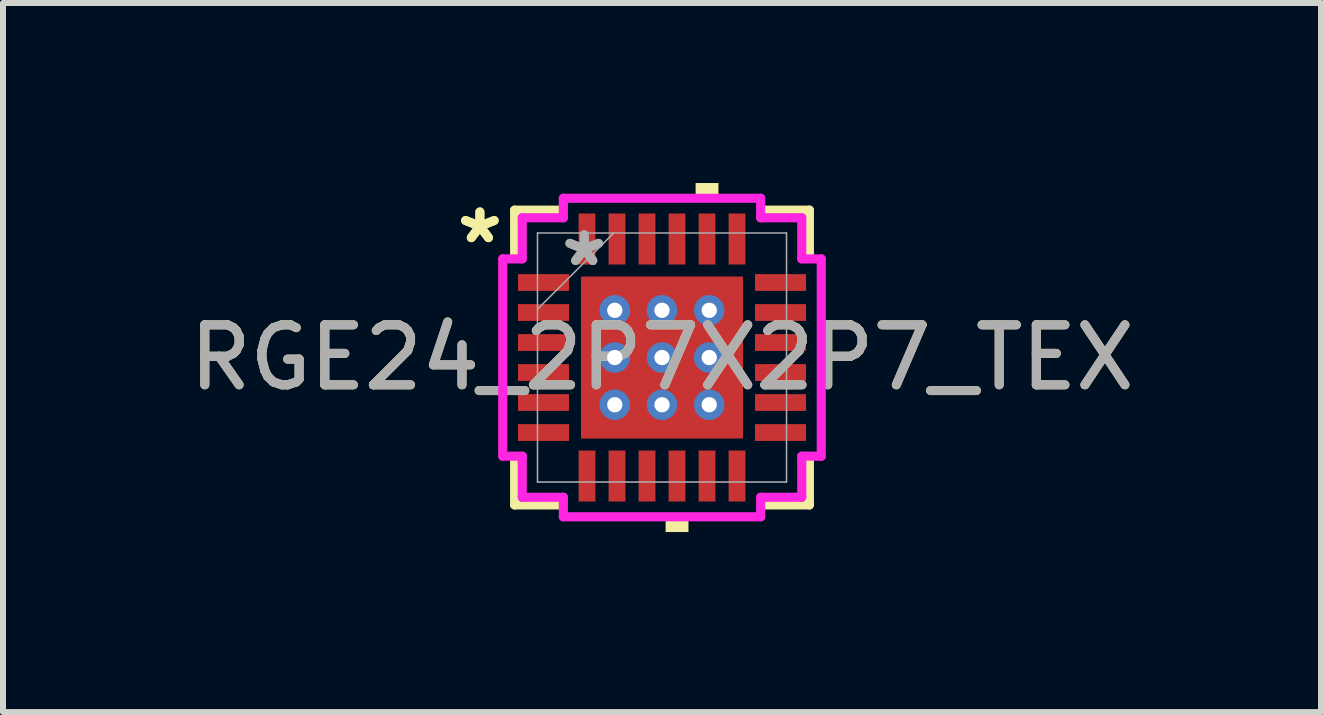
<source format=kicad_pcb>
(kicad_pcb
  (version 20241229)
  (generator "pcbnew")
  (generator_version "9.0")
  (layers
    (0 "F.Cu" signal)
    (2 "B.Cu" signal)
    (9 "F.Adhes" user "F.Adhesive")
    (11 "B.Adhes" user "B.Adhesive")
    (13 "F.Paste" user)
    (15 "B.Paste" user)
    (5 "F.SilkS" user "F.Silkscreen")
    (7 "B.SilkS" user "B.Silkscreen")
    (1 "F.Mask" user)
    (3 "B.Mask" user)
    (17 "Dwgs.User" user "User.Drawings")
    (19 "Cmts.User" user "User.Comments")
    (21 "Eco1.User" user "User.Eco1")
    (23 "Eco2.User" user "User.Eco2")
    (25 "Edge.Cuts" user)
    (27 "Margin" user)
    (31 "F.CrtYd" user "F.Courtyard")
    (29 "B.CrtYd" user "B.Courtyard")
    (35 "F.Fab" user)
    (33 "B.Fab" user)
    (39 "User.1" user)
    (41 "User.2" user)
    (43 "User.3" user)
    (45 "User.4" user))
  (footprint "RGE24_2P7X2P7_TEX"
    (layer "F.Cu")
    (at 7.982 2.908)
    (property "Reference" "RGE24_2P7X2P7_TEX" (at 0 0 0) (unlocked yes) (layer "F.SilkS") (effects (font (size 1 1) (thickness 0.15))))
    (attr smd)
    (fp_poly (pts (xy -1.413 -1.413) (xy -0.987 -1.413) (xy -0.987 1.413) (xy -1.413 1.413)) (stroke (width 0) (type solid)) (fill yes) (layer "F.Mask"))
    (fp_poly (pts (xy -1.413 -1.413) (xy 1.413 -1.413) (xy 1.413 -0.987) (xy -1.413 -0.987)) (stroke (width 0) (type solid)) (fill yes) (layer "F.Mask"))
    (fp_poly (pts (xy -1.413 -0.587) (xy 1.413 -0.587) (xy 1.413 -0.2) (xy -1.413 -0.2)) (stroke (width 0) (type solid)) (fill yes) (layer "F.Mask"))
    (fp_poly (pts (xy -1.413 0.2) (xy 1.413 0.2) (xy 1.413 0.587) (xy -1.413 0.587)) (stroke (width 0) (type solid)) (fill yes) (layer "F.Mask"))
    (fp_poly (pts (xy -1.413 0.987) (xy 1.413 0.987) (xy 1.413 1.413) (xy -1.413 1.413)) (stroke (width 0) (type solid)) (fill yes) (layer "F.Mask"))
    (fp_poly (pts (xy -0.2 -1.413) (xy -0.587 -1.413) (xy -0.587 1.413) (xy -0.2 1.413)) (stroke (width 0) (type solid)) (fill yes) (layer "F.Mask"))
    (fp_poly (pts (xy 0.587 -1.413) (xy 0.2 -1.413) (xy 0.2 1.413) (xy 0.587 1.413)) (stroke (width 0) (type solid)) (fill yes) (layer "F.Mask"))
    (fp_poly (pts (xy 0.987 -1.413) (xy 1.413 -1.413) (xy 1.413 1.413) (xy 0.987 1.413)) (stroke (width 0) (type solid)) (fill yes) (layer "F.Mask"))
    (fp_line (start -2.456 -2.456) (end -2.456 -1.718) (stroke (width 0.152) (type solid)) (layer "F.SilkS"))
    (fp_line (start -2.456 1.718) (end -2.456 2.456) (stroke (width 0.152) (type solid)) (layer "F.SilkS"))
    (fp_line (start -2.456 2.456) (end -1.718 2.456) (stroke (width 0.152) (type solid)) (layer "F.SilkS"))
    (fp_line (start -1.718 -2.456) (end -2.456 -2.456) (stroke (width 0.152) (type solid)) (layer "F.SilkS"))
    (fp_line (start 1.718 2.456) (end 2.456 2.456) (stroke (width 0.152) (type solid)) (layer "F.SilkS"))
    (fp_line (start 2.456 -2.456) (end 1.718 -2.456) (stroke (width 0.152) (type solid)) (layer "F.SilkS"))
    (fp_line (start 2.456 -1.718) (end 2.456 -2.456) (stroke (width 0.152) (type solid)) (layer "F.SilkS"))
    (fp_line (start 2.456 2.456) (end 2.456 1.718) (stroke (width 0.152) (type solid)) (layer "F.SilkS"))
    (fp_poly (pts (xy 0.06 2.654) (xy 0.06 2.908) (xy 0.441 2.908) (xy 0.441 2.654)) (stroke (width 0) (type solid)) (fill yes) (layer "F.SilkS"))
    (fp_poly (pts (xy 0.56 -2.654) (xy 0.56 -2.908) (xy 0.941 -2.908) (xy 0.941 -2.654)) (stroke (width 0) (type solid)) (fill yes) (layer "F.SilkS"))
    (fp_poly (pts (xy -1.275 -1.275) (xy -1.275 -0.887) (xy -1.029 -0.887) (xy -0.887 -1.029) (xy -0.887 -1.275)) (stroke (width 0) (type solid)) (fill yes) (layer "F.Paste"))
    (fp_poly (pts (xy -1.275 0.887) (xy -1.275 1.275) (xy -0.887 1.275) (xy -0.887 1.029) (xy -1.029 0.887)) (stroke (width 0) (type solid)) (fill yes) (layer "F.Paste"))
    (fp_poly (pts (xy 0.887 -1.275) (xy 0.887 -1.029) (xy 1.029 -0.887) (xy 1.275 -0.887) (xy 1.275 -1.275)) (stroke (width 0) (type solid)) (fill yes) (layer "F.Paste"))
    (fp_poly (pts (xy 1.029 0.887) (xy 0.887 1.029) (xy 0.887 1.275) (xy 1.275 1.275) (xy 1.275 0.887)) (stroke (width 0) (type solid)) (fill yes) (layer "F.Paste"))
    (fp_poly (pts (xy -1.275 -0.687) (xy -1.275 -0.1) (xy -1.029 -0.1) (xy -0.887 -0.241) (xy -0.887 -0.546) (xy -1.029 -0.687)) (stroke (width 0) (type solid)) (fill yes) (layer "F.Paste"))
    (fp_poly (pts (xy -1.275 0.1) (xy -1.275 0.687) (xy -1.029 0.687) (xy -0.887 0.546) (xy -0.887 0.241) (xy -1.029 0.1)) (stroke (width 0) (type solid)) (fill yes) (layer "F.Paste"))
    (fp_poly (pts (xy -0.687 -1.275) (xy -0.687 -1.029) (xy -0.546 -0.887) (xy -0.241 -0.887) (xy -0.1 -1.029) (xy -0.1 -1.275)) (stroke (width 0) (type solid)) (fill yes) (layer "F.Paste"))
    (fp_poly (pts (xy -0.546 0.887) (xy -0.687 1.029) (xy -0.687 1.275) (xy -0.1 1.275) (xy -0.1 1.029) (xy -0.241 0.887)) (stroke (width 0) (type solid)) (fill yes) (layer "F.Paste"))
    (fp_poly (pts (xy 0.1 -1.275) (xy 0.1 -1.029) (xy 0.241 -0.887) (xy 0.546 -0.887) (xy 0.687 -1.029) (xy 0.687 -1.275)) (stroke (width 0) (type solid)) (fill yes) (layer "F.Paste"))
    (fp_poly (pts (xy 0.241 0.887) (xy 0.1 1.029) (xy 0.1 1.275) (xy 0.687 1.275) (xy 0.687 1.029) (xy 0.546 0.887)) (stroke (width 0) (type solid)) (fill yes) (layer "F.Paste"))
    (fp_poly (pts (xy 1.029 -0.687) (xy 0.887 -0.546) (xy 0.887 -0.241) (xy 1.029 -0.1) (xy 1.275 -0.1) (xy 1.275 -0.687)) (stroke (width 0) (type solid)) (fill yes) (layer "F.Paste"))
    (fp_poly (pts (xy 1.029 0.1) (xy 0.887 0.241) (xy 0.887 0.546) (xy 1.029 0.687) (xy 1.275 0.687) (xy 1.275 0.1)) (stroke (width 0) (type solid)) (fill yes) (layer "F.Paste"))
    (fp_poly (pts (xy -0.546 -0.687) (xy -0.687 -0.546) (xy -0.687 -0.241) (xy -0.546 -0.1) (xy -0.241 -0.1) (xy -0.1 -0.241) (xy -0.1 -0.546) (xy -0.241 -0.687)) (stroke (width 0) (type solid)) (fill yes) (layer "F.Paste"))
    (fp_poly (pts (xy -0.546 0.1) (xy -0.687 0.241) (xy -0.687 0.546) (xy -0.546 0.687) (xy -0.241 0.687) (xy -0.1 0.546) (xy -0.1 0.241) (xy -0.241 0.1)) (stroke (width 0) (type solid)) (fill yes) (layer "F.Paste"))
    (fp_poly (pts (xy 0.241 -0.687) (xy 0.1 -0.546) (xy 0.1 -0.241) (xy 0.241 -0.1) (xy 0.546 -0.1) (xy 0.687 -0.241) (xy 0.687 -0.546) (xy 0.546 -0.687)) (stroke (width 0) (type solid)) (fill yes) (layer "F.Paste"))
    (fp_poly (pts (xy 0.241 0.1) (xy 0.1 0.241) (xy 0.1 0.546) (xy 0.241 0.687) (xy 0.546 0.687) (xy 0.687 0.546) (xy 0.687 0.241) (xy 0.546 0.1)) (stroke (width 0) (type solid)) (fill yes) (layer "F.Paste"))
    (fp_line (start -2.654 -1.644) (end -2.329 -1.644) (stroke (width 0.152) (type solid)) (layer "F.CrtYd"))
    (fp_line (start -2.654 1.644) (end -2.654 -1.644) (stroke (width 0.152) (type solid)) (layer "F.CrtYd"))
    (fp_line (start -2.329 -2.329) (end -1.644 -2.329) (stroke (width 0.152) (type solid)) (layer "F.CrtYd"))
    (fp_line (start -2.329 -1.644) (end -2.329 -2.329) (stroke (width 0.152) (type solid)) (layer "F.CrtYd"))
    (fp_line (start -2.329 1.644) (end -2.654 1.644) (stroke (width 0.152) (type solid)) (layer "F.CrtYd"))
    (fp_line (start -2.329 2.329) (end -2.329 1.644) (stroke (width 0.152) (type solid)) (layer "F.CrtYd"))
    (fp_line (start -1.644 -2.654) (end 1.644 -2.654) (stroke (width 0.152) (type solid)) (layer "F.CrtYd"))
    (fp_line (start -1.644 -2.329) (end -1.644 -2.654) (stroke (width 0.152) (type solid)) (layer "F.CrtYd"))
    (fp_line (start -1.644 2.329) (end -2.329 2.329) (stroke (width 0.152) (type solid)) (layer "F.CrtYd"))
    (fp_line (start -1.644 2.654) (end -1.644 2.329) (stroke (width 0.152) (type solid)) (layer "F.CrtYd"))
    (fp_line (start 1.644 -2.654) (end 1.644 -2.329) (stroke (width 0.152) (type solid)) (layer "F.CrtYd"))
    (fp_line (start 1.644 -2.329) (end 2.329 -2.329) (stroke (width 0.152) (type solid)) (layer "F.CrtYd"))
    (fp_line (start 1.644 2.329) (end 1.644 2.654) (stroke (width 0.152) (type solid)) (layer "F.CrtYd"))
    (fp_line (start 1.644 2.654) (end -1.644 2.654) (stroke (width 0.152) (type solid)) (layer "F.CrtYd"))
    (fp_line (start 2.329 -2.329) (end 2.329 -1.644) (stroke (width 0.152) (type solid)) (layer "F.CrtYd"))
    (fp_line (start 2.329 -1.644) (end 2.654 -1.644) (stroke (width 0.152) (type solid)) (layer "F.CrtYd"))
    (fp_line (start 2.329 1.644) (end 2.329 2.329) (stroke (width 0.152) (type solid)) (layer "F.CrtYd"))
    (fp_line (start 2.329 2.329) (end 1.644 2.329) (stroke (width 0.152) (type solid)) (layer "F.CrtYd"))
    (fp_line (start 2.654 -1.644) (end 2.654 1.644) (stroke (width 0.152) (type solid)) (layer "F.CrtYd"))
    (fp_line (start 2.654 1.644) (end 2.329 1.644) (stroke (width 0.152) (type solid)) (layer "F.CrtYd"))
    (fp_line (start -2.075 -2.075) (end -2.075 2.075) (stroke (width 0.025) (type solid)) (layer "F.Fab"))
    (fp_line (start -2.075 -0.805) (end -0.805 -2.075) (stroke (width 0.025) (type solid)) (layer "F.Fab"))
    (fp_line (start -2.075 2.075) (end 2.075 2.075) (stroke (width 0.025) (type solid)) (layer "F.Fab"))
    (fp_line (start 2.075 -2.075) (end -2.075 -2.075) (stroke (width 0.025) (type solid)) (layer "F.Fab"))
    (fp_line (start 2.075 2.075) (end 2.075 -2.075) (stroke (width 0.025) (type solid)) (layer "F.Fab"))
    (fp_text user "*" (at -3.035 -1.881 0) (unlocked yes) (layer "F.SilkS") (effects (font (size 1 1) (thickness 0.15))))
    (fp_text user "*" (at -3.035 -1.881 0) (layer "F.SilkS") (effects (font (size 1 1) (thickness 0.15))))
    (fp_text user "${REFERENCE}" (at 0 0 0) (unlocked yes) (layer "F.Fab") (effects (font (size 1 1) (thickness 0.15))))
    (fp_text user "*" (at -1.296 -1.5 0) (layer "F.Fab") (effects (font (size 1 1) (thickness 0.15))))
    (fp_text user "*" (at -1.296 -1.5 0) (unlocked yes) (layer "F.Fab") (effects (font (size 1 1) (thickness 0.15))))
    (pad "1" smd rect (at -1.975 -1.25 90) (size 0.28 0.85) (layers "F.Cu" "F.Mask"))
    (pad "2" smd rect (at -1.975 -0.75 90) (size 0.28 0.85) (layers "F.Cu" "F.Mask"))
    (pad "3" smd rect (at -1.975 -0.25 90) (size 0.28 0.85) (layers "F.Cu" "F.Mask"))
    (pad "4" smd rect (at -1.975 0.25 90) (size 0.28 0.85) (layers "F.Cu" "F.Mask"))
    (pad "5" smd rect (at -1.975 0.75 90) (size 0.28 0.85) (layers "F.Cu" "F.Mask"))
    (pad "6" smd rect (at -1.975 1.25 90) (size 0.28 0.85) (layers "F.Cu" "F.Mask"))
    (pad "7" smd rect (at -1.25 1.975) (size 0.28 0.85) (layers "F.Cu" "F.Mask"))
    (pad "8" smd rect (at -0.75 1.975) (size 0.28 0.85) (layers "F.Cu" "F.Mask"))
    (pad "9" smd rect (at -0.25 1.975) (size 0.28 0.85) (layers "F.Cu" "F.Mask"))
    (pad "10" smd rect (at 0.25 1.975) (size 0.28 0.85) (layers "F.Cu" "F.Mask"))
    (pad "11" smd rect (at 0.75 1.975) (size 0.28 0.85) (layers "F.Cu" "F.Mask"))
    (pad "12" smd rect (at 1.25 1.975) (size 0.28 0.85) (layers "F.Cu" "F.Mask"))
    (pad "13" smd rect (at 1.975 1.25 90) (size 0.28 0.85) (layers "F.Cu" "F.Mask"))
    (pad "14" smd rect (at 1.975 0.75 90) (size 0.28 0.85) (layers "F.Cu" "F.Mask"))
    (pad "15" smd rect (at 1.975 0.25 90) (size 0.28 0.85) (layers "F.Cu" "F.Mask"))
    (pad "16" smd rect (at 1.975 -0.25 90) (size 0.28 0.85) (layers "F.Cu" "F.Mask"))
    (pad "17" smd rect (at 1.975 -0.75 90) (size 0.28 0.85) (layers "F.Cu" "F.Mask"))
    (pad "18" smd rect (at 1.975 -1.25 90) (size 0.28 0.85) (layers "F.Cu" "F.Mask"))
    (pad "19" smd rect (at 1.25 -1.975) (size 0.28 0.85) (layers "F.Cu" "F.Mask"))
    (pad "20" smd rect (at 0.75 -1.975) (size 0.28 0.85) (layers "F.Cu" "F.Mask"))
    (pad "21" smd rect (at 0.25 -1.975) (size 0.28 0.85) (layers "F.Cu" "F.Mask"))
    (pad "22" smd rect (at -0.25 -1.975) (size 0.28 0.85) (layers "F.Cu" "F.Mask"))
    (pad "23" smd rect (at -0.75 -1.975) (size 0.28 0.85) (layers "F.Cu" "F.Mask"))
    (pad "24" smd rect (at -1.25 -1.975) (size 0.28 0.85) (layers "F.Cu" "F.Mask"))
    (pad "25" smd rect (at 0 0) (size 2.7 2.7) (layers "F.Cu"))
    (pad "V" thru_hole circle (at -0.787 -0.787) (size 0.508 0.508) (drill 0.254) (layers "*.Cu" "*.Mask"))
    (pad "V" thru_hole circle (at -0.787 0) (size 0.508 0.508) (drill 0.254) (layers "*.Cu" "*.Mask"))
    (pad "V" thru_hole circle (at -0.787 0.787) (size 0.508 0.508) (drill 0.254) (layers "*.Cu" "*.Mask"))
    (pad "V" thru_hole circle (at 0 -0.787) (size 0.508 0.508) (drill 0.254) (layers "*.Cu" "*.Mask"))
    (pad "V" thru_hole circle (at 0 0) (size 0.508 0.508) (drill 0.254) (layers "*.Cu" "*.Mask"))
    (pad "V" thru_hole circle (at 0 0.787) (size 0.508 0.508) (drill 0.254) (layers "*.Cu" "*.Mask"))
    (pad "V" thru_hole circle (at 0.787 -0.787) (size 0.508 0.508) (drill 0.254) (layers "*.Cu" "*.Mask"))
    (pad "V" thru_hole circle (at 0.787 0) (size 0.508 0.508) (drill 0.254) (layers "*.Cu" "*.Mask"))
    (pad "V" thru_hole circle (at 0.787 0.787) (size 0.508 0.508) (drill 0.254) (layers "*.Cu" "*.Mask")))
  (gr_rect
    (start -3 -3)
    (end 18.964 8.816)
    (stroke (width 0.1) (type default))
    (fill no)
    (layer "Edge.Cuts")))
</source>
